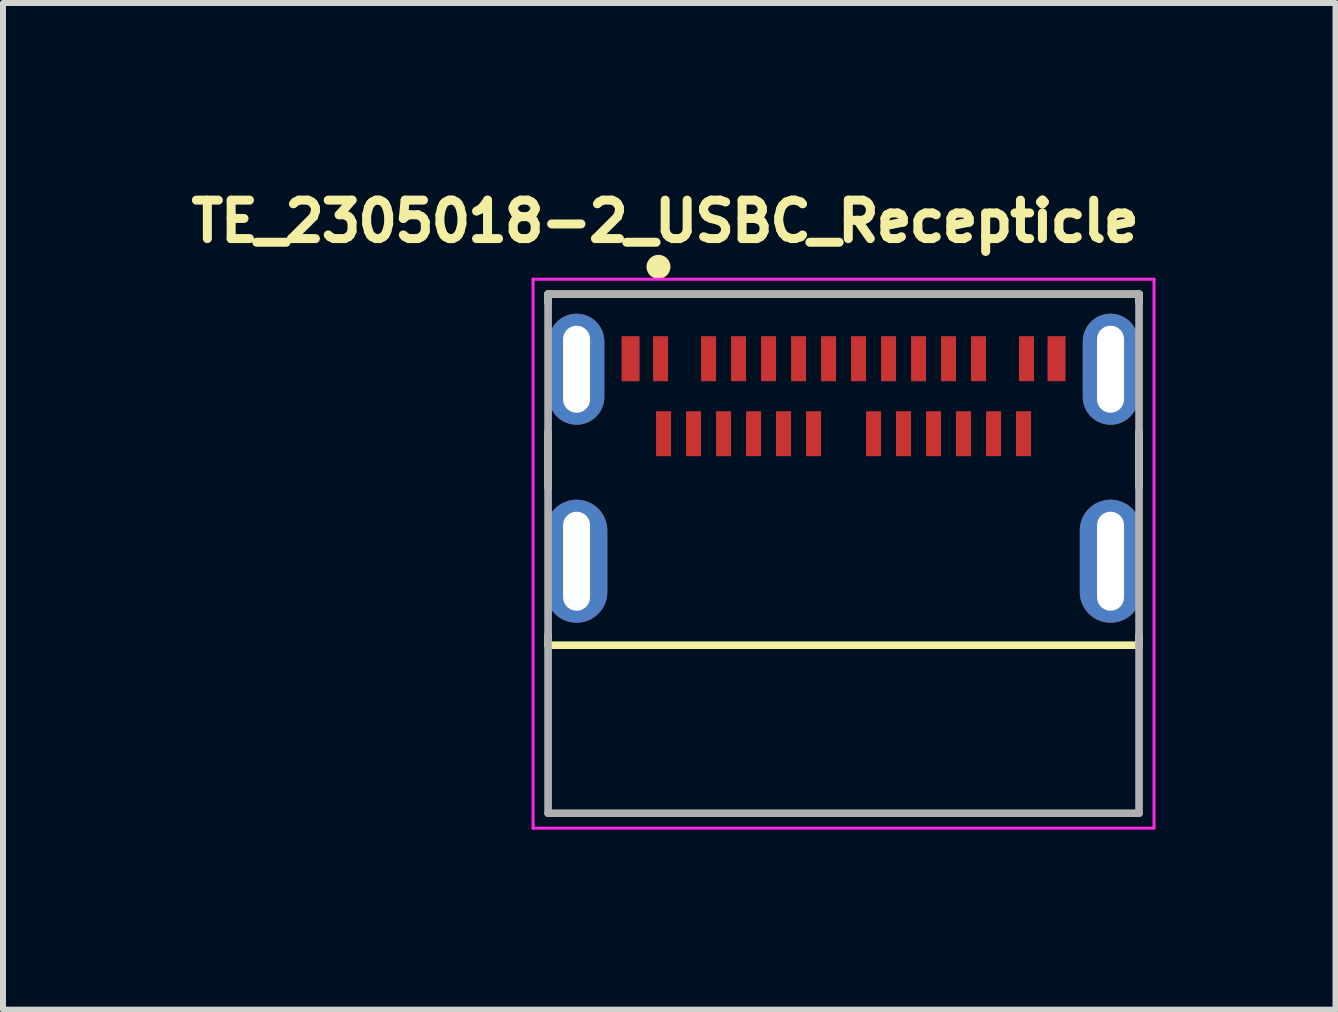
<source format=kicad_pcb>
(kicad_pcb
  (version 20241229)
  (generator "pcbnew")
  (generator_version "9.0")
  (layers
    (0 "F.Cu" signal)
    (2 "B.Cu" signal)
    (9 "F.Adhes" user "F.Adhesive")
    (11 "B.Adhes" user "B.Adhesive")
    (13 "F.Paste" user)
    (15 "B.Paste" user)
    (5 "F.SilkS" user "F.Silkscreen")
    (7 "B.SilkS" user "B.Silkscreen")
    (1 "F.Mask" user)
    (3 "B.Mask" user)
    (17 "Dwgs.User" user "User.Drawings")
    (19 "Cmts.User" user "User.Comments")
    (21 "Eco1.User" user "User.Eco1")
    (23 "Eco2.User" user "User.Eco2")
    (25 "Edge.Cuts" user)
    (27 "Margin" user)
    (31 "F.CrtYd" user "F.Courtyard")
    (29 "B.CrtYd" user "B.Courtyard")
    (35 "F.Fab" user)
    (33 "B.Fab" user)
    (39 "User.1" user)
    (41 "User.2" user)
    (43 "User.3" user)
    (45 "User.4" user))
  (footprint "TE_2305018-2_USBC_Recepticle"
    (layer "F.Cu")
    (at 11.01 6.304)
    (property "Reference" "TE_2305018-2_USBC_Recepticle" (at -2.973 -5.666 0) (layer "F.SilkS") (effects (font (size 0.641 0.641) (thickness 0.15))))
    (attr through_hole)
    (fp_line (start -4.925 -4.45) (end 4.925 -4.45) (stroke (width 0.127) (type solid)) (layer "F.SilkS"))
    (fp_line (start -4.925 -4.309) (end -4.925 -4.45) (stroke (width 0.127) (type solid)) (layer "F.SilkS"))
    (fp_line (start -4.925 -1.231) (end -4.925 -2.155) (stroke (width 0.127) (type solid)) (layer "F.SilkS"))
    (fp_line (start -4.925 1.4) (end -4.925 1.231) (stroke (width 0.127) (type solid)) (layer "F.SilkS"))
    (fp_line (start 4.925 -4.309) (end 4.925 -4.45) (stroke (width 0.127) (type solid)) (layer "F.SilkS"))
    (fp_line (start 4.925 -1.231) (end 4.925 -2.155) (stroke (width 0.127) (type solid)) (layer "F.SilkS"))
    (fp_line (start 4.925 1.4) (end -4.925 1.4) (stroke (width 0.127) (type solid)) (layer "F.SilkS"))
    (fp_line (start 4.925 1.4) (end 4.925 1.231) (stroke (width 0.127) (type solid)) (layer "F.SilkS"))
    (fp_circle (center -3.085 -4.907) (end -2.985 -4.907) (stroke (width 0.2) (type solid)) (fill no) (layer "F.SilkS"))
    (fp_line (start -5.175 -4.7) (end 5.175 -4.7) (stroke (width 0.05) (type solid)) (layer "F.CrtYd"))
    (fp_line (start -5.175 4.45) (end -5.175 -4.7) (stroke (width 0.05) (type solid)) (layer "F.CrtYd"))
    (fp_line (start 5.175 -4.7) (end 5.175 4.45) (stroke (width 0.05) (type solid)) (layer "F.CrtYd"))
    (fp_line (start 5.175 4.45) (end -5.175 4.45) (stroke (width 0.05) (type solid)) (layer "F.CrtYd"))
    (fp_line (start -4.925 -4.45) (end 4.925 -4.45) (stroke (width 0.127) (type solid)) (layer "F.Fab"))
    (fp_line (start -4.925 4.2) (end -4.925 -4.45) (stroke (width 0.127) (type solid)) (layer "F.Fab"))
    (fp_line (start -4.925 4.2) (end 4.925 4.2) (stroke (width 0.127) (type solid)) (layer "F.Fab"))
    (fp_line (start 4.925 -4.45) (end 4.925 4.2) (stroke (width 0.127) (type solid)) (layer "F.Fab"))
    (pad "A1" smd rect (at -3.05 -3.375) (size 0.25 0.75) (layers "F.Cu" "F.Mask" "F.Paste"))
    (pad "A2" smd rect (at -2.25 -3.375) (size 0.25 0.75) (layers "F.Cu" "F.Mask" "F.Paste"))
    (pad "A3" smd rect (at -1.75 -3.375) (size 0.25 0.75) (layers "F.Cu" "F.Mask" "F.Paste"))
    (pad "A4" smd rect (at -1.25 -3.375) (size 0.25 0.75) (layers "F.Cu" "F.Mask" "F.Paste"))
    (pad "A5" smd rect (at -0.75 -3.375) (size 0.25 0.75) (layers "F.Cu" "F.Mask" "F.Paste"))
    (pad "A6" smd rect (at -0.25 -3.375) (size 0.25 0.75) (layers "F.Cu" "F.Mask" "F.Paste"))
    (pad "A7" smd rect (at 0.25 -3.375) (size 0.25 0.75) (layers "F.Cu" "F.Mask" "F.Paste"))
    (pad "A8" smd rect (at 0.75 -3.375) (size 0.25 0.75) (layers "F.Cu" "F.Mask" "F.Paste"))
    (pad "A9" smd rect (at 1.25 -3.375) (size 0.25 0.75) (layers "F.Cu" "F.Mask" "F.Paste"))
    (pad "A10" smd rect (at 1.75 -3.375) (size 0.25 0.75) (layers "F.Cu" "F.Mask" "F.Paste"))
    (pad "A11" smd rect (at 2.25 -3.375) (size 0.25 0.75) (layers "F.Cu" "F.Mask" "F.Paste"))
    (pad "A12" smd rect (at 3.05 -3.375) (size 0.25 0.75) (layers "F.Cu" "F.Mask" "F.Paste"))
    (pad "B1" smd rect (at 3 -2.125) (size 0.25 0.75) (layers "F.Cu" "F.Mask" "F.Paste"))
    (pad "B2" smd rect (at 2.5 -2.125) (size 0.25 0.75) (layers "F.Cu" "F.Mask" "F.Paste"))
    (pad "B3" smd rect (at 2 -2.125) (size 0.25 0.75) (layers "F.Cu" "F.Mask" "F.Paste"))
    (pad "B4" smd rect (at 1.5 -2.125) (size 0.25 0.75) (layers "F.Cu" "F.Mask" "F.Paste"))
    (pad "B5" smd rect (at 1 -2.125) (size 0.25 0.75) (layers "F.Cu" "F.Mask" "F.Paste"))
    (pad "B6" smd rect (at 0.5 -2.125) (size 0.25 0.75) (layers "F.Cu" "F.Mask" "F.Paste"))
    (pad "B7" smd rect (at -0.5 -2.125) (size 0.25 0.75) (layers "F.Cu" "F.Mask" "F.Paste"))
    (pad "B8" smd rect (at -1 -2.125) (size 0.25 0.75) (layers "F.Cu" "F.Mask" "F.Paste"))
    (pad "B9" smd rect (at -1.5 -2.125) (size 0.25 0.75) (layers "F.Cu" "F.Mask" "F.Paste"))
    (pad "B10" smd rect (at -2 -2.125) (size 0.25 0.75) (layers "F.Cu" "F.Mask" "F.Paste"))
    (pad "B11" smd rect (at -2.5 -2.125) (size 0.25 0.75) (layers "F.Cu" "F.Mask" "F.Paste"))
    (pad "B12" smd rect (at -3 -2.125) (size 0.25 0.75) (layers "F.Cu" "F.Mask" "F.Paste"))
    (pad "G1" smd rect (at -3.55 -3.375) (size 0.3 0.75) (layers "F.Cu" "F.Mask" "F.Paste"))
    (pad "G2" smd rect (at 3.55 -3.375) (size 0.3 0.75) (layers "F.Cu" "F.Mask" "F.Paste"))
    (pad "S1" thru_hole oval (at -4.45 0) (size 1.025 2.05) (drill oval 0.45 1.65) (layers "*.Cu" "*.Mask"))
    (pad "S2" thru_hole oval (at 4.45 0) (size 1.025 2.05) (drill oval 0.45 1.65) (layers "*.Cu" "*.Mask"))
    (pad "S3" thru_hole oval (at -4.45 -3.2) (size 0.925 1.85) (drill oval 0.45 1.45) (layers "*.Cu" "*.Mask"))
    (pad "S4" thru_hole oval (at 4.45 -3.2) (size 0.925 1.85) (drill oval 0.45 1.45) (layers "*.Cu" "*.Mask")))
  (gr_rect
    (start -3 -3)
    (end 19.21 13.779)
    (stroke (width 0.1) (type default))
    (fill no)
    (layer "Edge.Cuts")))
</source>
